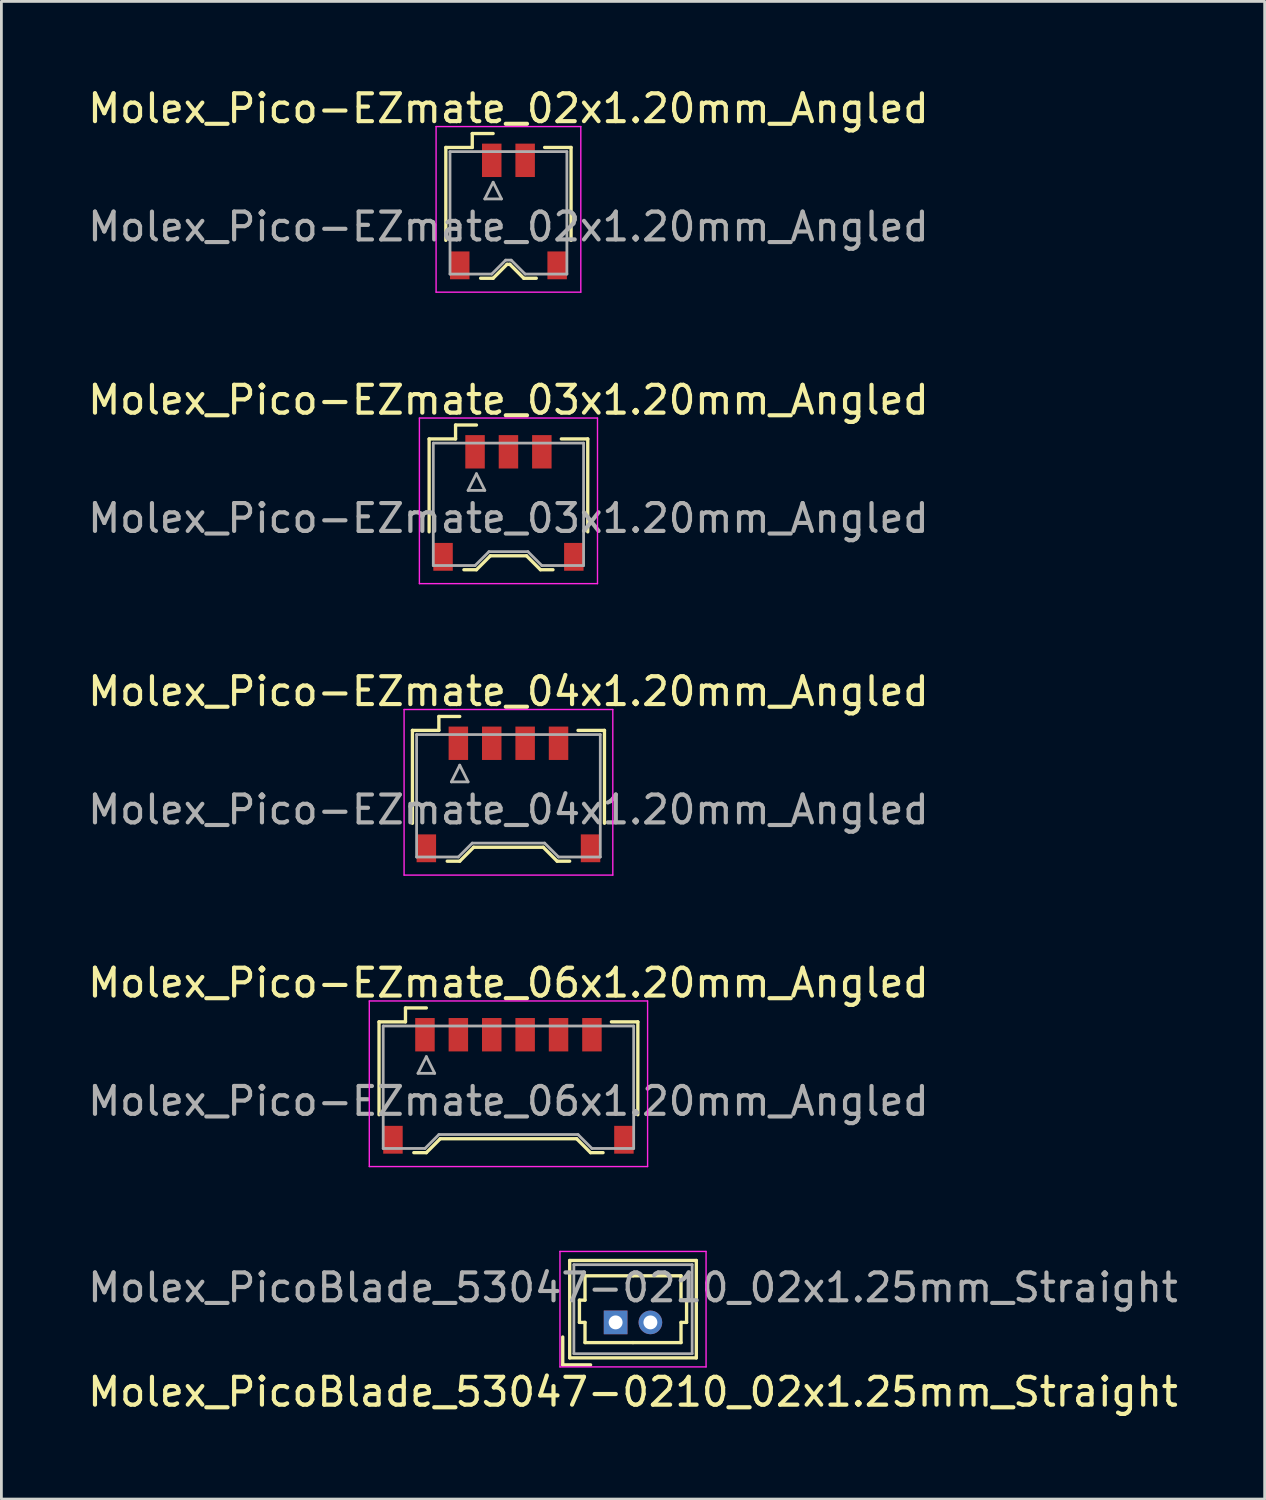
<source format=kicad_pcb>
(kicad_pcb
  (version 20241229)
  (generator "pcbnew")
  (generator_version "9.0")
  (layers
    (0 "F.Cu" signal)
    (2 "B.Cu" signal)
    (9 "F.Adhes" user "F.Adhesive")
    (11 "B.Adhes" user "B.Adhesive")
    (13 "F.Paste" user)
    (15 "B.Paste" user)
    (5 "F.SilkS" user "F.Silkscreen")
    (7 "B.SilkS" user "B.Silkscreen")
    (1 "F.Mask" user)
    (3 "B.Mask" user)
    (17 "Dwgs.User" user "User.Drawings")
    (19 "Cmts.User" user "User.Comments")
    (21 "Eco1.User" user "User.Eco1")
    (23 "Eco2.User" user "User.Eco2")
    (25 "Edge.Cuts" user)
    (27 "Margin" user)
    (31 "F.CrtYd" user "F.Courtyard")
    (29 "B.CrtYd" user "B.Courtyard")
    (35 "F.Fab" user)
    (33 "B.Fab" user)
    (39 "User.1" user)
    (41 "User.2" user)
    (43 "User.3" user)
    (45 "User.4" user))
  (footprint "Molex_Pico-EZmate_04x1.20mm_Angled"
    (layer "F.Cu")
    (at 15.22 25.545)
    (property "Reference" "Molex_Pico-EZmate_04x1.20mm_Angled" (at 0 -3.75 0) (layer "F.SilkS") (effects (font (size 1 1) (thickness 0.15))))
    (attr smd)
    (fp_line (start -3.45 -2.35) (end -3.45 0.988) (stroke (width 0.12) (type solid)) (layer "F.SilkS"))
    (fp_line (start -2.5 -2.85) (end -1.75 -2.85) (stroke (width 0.12) (type solid)) (layer "F.SilkS"))
    (fp_line (start -2.5 -2.35) (end -3.45 -2.35) (stroke (width 0.12) (type solid)) (layer "F.SilkS"))
    (fp_line (start -2.5 -2.35) (end -2.5 -2.85) (stroke (width 0.12) (type solid)) (layer "F.SilkS"))
    (fp_line (start -2.2 2.35) (end -1.75 2.35) (stroke (width 0.12) (type solid)) (layer "F.SilkS"))
    (fp_line (start -1.75 2.35) (end -1.25 1.85) (stroke (width 0.12) (type solid)) (layer "F.SilkS"))
    (fp_line (start -1.25 1.85) (end 1.25 1.85) (stroke (width 0.12) (type solid)) (layer "F.SilkS"))
    (fp_line (start 1.25 1.85) (end 1.75 2.35) (stroke (width 0.12) (type solid)) (layer "F.SilkS"))
    (fp_line (start 1.75 2.35) (end 2.2 2.35) (stroke (width 0.12) (type solid)) (layer "F.SilkS"))
    (fp_line (start 2.5 -2.35) (end 3.45 -2.35) (stroke (width 0.12) (type solid)) (layer "F.SilkS"))
    (fp_line (start 3.45 -2.35) (end 3.45 0.988) (stroke (width 0.12) (type solid)) (layer "F.SilkS"))
    (fp_line (start -3.75 -3.1) (end -3.75 2.85) (stroke (width 0.05) (type solid)) (layer "F.CrtYd"))
    (fp_line (start -3.75 2.85) (end 3.75 2.85) (stroke (width 0.05) (type solid)) (layer "F.CrtYd"))
    (fp_line (start 3.75 -3.1) (end -3.75 -3.1) (stroke (width 0.05) (type solid)) (layer "F.CrtYd"))
    (fp_line (start 3.75 2.85) (end 3.75 -3.1) (stroke (width 0.05) (type solid)) (layer "F.CrtYd"))
    (fp_line (start -3.3 -2.2) (end -3.3 2.2) (stroke (width 0.1) (type solid)) (layer "F.Fab"))
    (fp_line (start -3.3 2.2) (end -1.8 2.2) (stroke (width 0.1) (type solid)) (layer "F.Fab"))
    (fp_line (start -2.05 -0.5) (end -1.45 -0.5) (stroke (width 0.1) (type solid)) (layer "F.Fab"))
    (fp_line (start -1.8 2.2) (end -1.3 1.7) (stroke (width 0.1) (type solid)) (layer "F.Fab"))
    (fp_line (start -1.75 -1.1) (end -2.05 -0.5) (stroke (width 0.1) (type solid)) (layer "F.Fab"))
    (fp_line (start -1.45 -0.5) (end -1.75 -1.1) (stroke (width 0.1) (type solid)) (layer "F.Fab"))
    (fp_line (start -1.3 1.7) (end 1.3 1.7) (stroke (width 0.1) (type solid)) (layer "F.Fab"))
    (fp_line (start 1.3 1.7) (end 1.8 2.2) (stroke (width 0.1) (type solid)) (layer "F.Fab"))
    (fp_line (start 1.8 2.2) (end 3.3 2.2) (stroke (width 0.1) (type solid)) (layer "F.Fab"))
    (fp_line (start 3.3 -2.2) (end -3.3 -2.2) (stroke (width 0.1) (type solid)) (layer "F.Fab"))
    (fp_line (start 3.3 2.2) (end 3.3 -2.2) (stroke (width 0.1) (type solid)) (layer "F.Fab"))
    (fp_text user "${REFERENCE}" (at 0 0.5 0) (layer "F.Fab") (effects (font (size 1 1) (thickness 0.15))))
    (pad "" smd rect (at -2.95 1.887) (size 0.7 1) (layers "F.Cu" "F.Mask" "F.Paste"))
    (pad "" smd rect (at 2.95 1.887) (size 0.7 1) (layers "F.Cu" "F.Mask" "F.Paste"))
    (pad "1" smd rect (at -1.8 -1.887) (size 0.7 1.2) (layers "F.Cu" "F.Mask" "F.Paste"))
    (pad "2" smd rect (at -0.6 -1.887) (size 0.7 1.2) (layers "F.Cu" "F.Mask" "F.Paste"))
    (pad "3" smd rect (at 0.6 -1.887) (size 0.7 1.2) (layers "F.Cu" "F.Mask" "F.Paste"))
    (pad "4" smd rect (at 1.8 -1.887) (size 0.7 1.2) (layers "F.Cu" "F.Mask" "F.Paste")))
  (footprint "Molex_Pico-EZmate_03x1.20mm_Angled"
    (layer "F.Cu")
    (at 15.22 15.072)
    (property "Reference" "Molex_Pico-EZmate_03x1.20mm_Angled" (at 0 -3.75 0) (layer "F.SilkS") (effects (font (size 1 1) (thickness 0.15))))
    (attr smd)
    (fp_line (start -2.85 -2.35) (end -2.85 0.988) (stroke (width 0.12) (type solid)) (layer "F.SilkS"))
    (fp_line (start -1.9 -2.85) (end -1.15 -2.85) (stroke (width 0.12) (type solid)) (layer "F.SilkS"))
    (fp_line (start -1.9 -2.35) (end -2.85 -2.35) (stroke (width 0.12) (type solid)) (layer "F.SilkS"))
    (fp_line (start -1.9 -2.35) (end -1.9 -2.85) (stroke (width 0.12) (type solid)) (layer "F.SilkS"))
    (fp_line (start -1.6 2.35) (end -1.15 2.35) (stroke (width 0.12) (type solid)) (layer "F.SilkS"))
    (fp_line (start -1.15 2.35) (end -0.65 1.85) (stroke (width 0.12) (type solid)) (layer "F.SilkS"))
    (fp_line (start -0.65 1.85) (end 0.65 1.85) (stroke (width 0.12) (type solid)) (layer "F.SilkS"))
    (fp_line (start 0.65 1.85) (end 1.15 2.35) (stroke (width 0.12) (type solid)) (layer "F.SilkS"))
    (fp_line (start 1.15 2.35) (end 1.6 2.35) (stroke (width 0.12) (type solid)) (layer "F.SilkS"))
    (fp_line (start 1.9 -2.35) (end 2.85 -2.35) (stroke (width 0.12) (type solid)) (layer "F.SilkS"))
    (fp_line (start 2.85 -2.35) (end 2.85 0.988) (stroke (width 0.12) (type solid)) (layer "F.SilkS"))
    (fp_line (start -3.2 -3.1) (end -3.2 2.85) (stroke (width 0.05) (type solid)) (layer "F.CrtYd"))
    (fp_line (start -3.2 2.85) (end 3.2 2.85) (stroke (width 0.05) (type solid)) (layer "F.CrtYd"))
    (fp_line (start 3.2 -3.1) (end -3.2 -3.1) (stroke (width 0.05) (type solid)) (layer "F.CrtYd"))
    (fp_line (start 3.2 2.85) (end 3.2 -3.1) (stroke (width 0.05) (type solid)) (layer "F.CrtYd"))
    (fp_line (start -2.7 -2.2) (end -2.7 2.2) (stroke (width 0.1) (type solid)) (layer "F.Fab"))
    (fp_line (start -2.7 2.2) (end -1.2 2.2) (stroke (width 0.1) (type solid)) (layer "F.Fab"))
    (fp_line (start -1.45 -0.5) (end -0.85 -0.5) (stroke (width 0.1) (type solid)) (layer "F.Fab"))
    (fp_line (start -1.2 2.2) (end -0.7 1.7) (stroke (width 0.1) (type solid)) (layer "F.Fab"))
    (fp_line (start -1.15 -1.1) (end -1.45 -0.5) (stroke (width 0.1) (type solid)) (layer "F.Fab"))
    (fp_line (start -0.85 -0.5) (end -1.15 -1.1) (stroke (width 0.1) (type solid)) (layer "F.Fab"))
    (fp_line (start -0.7 1.7) (end 0.7 1.7) (stroke (width 0.1) (type solid)) (layer "F.Fab"))
    (fp_line (start 0.7 1.7) (end 1.2 2.2) (stroke (width 0.1) (type solid)) (layer "F.Fab"))
    (fp_line (start 1.2 2.2) (end 2.7 2.2) (stroke (width 0.1) (type solid)) (layer "F.Fab"))
    (fp_line (start 2.7 -2.2) (end -2.7 -2.2) (stroke (width 0.1) (type solid)) (layer "F.Fab"))
    (fp_line (start 2.7 2.2) (end 2.7 -2.2) (stroke (width 0.1) (type solid)) (layer "F.Fab"))
    (fp_text user "${REFERENCE}" (at 0 0.5 0) (layer "F.Fab") (effects (font (size 1 1) (thickness 0.15))))
    (pad "" smd rect (at -2.35 1.887) (size 0.7 1) (layers "F.Cu" "F.Mask" "F.Paste"))
    (pad "" smd rect (at 2.35 1.887) (size 0.7 1) (layers "F.Cu" "F.Mask" "F.Paste"))
    (pad "1" smd rect (at -1.2 -1.887) (size 0.7 1.2) (layers "F.Cu" "F.Mask" "F.Paste"))
    (pad "2" smd rect (at 0 -1.887) (size 0.7 1.2) (layers "F.Cu" "F.Mask" "F.Paste"))
    (pad "3" smd rect (at 1.2 -1.887) (size 0.7 1.2) (layers "F.Cu" "F.Mask" "F.Paste")))
  (footprint "Molex_Pico-EZmate_02x1.20mm_Angled"
    (layer "F.Cu")
    (at 15.22 4.598)
    (property "Reference" "Molex_Pico-EZmate_02x1.20mm_Angled" (at 0 -3.75 0) (layer "F.SilkS") (effects (font (size 1 1) (thickness 0.15))))
    (attr smd)
    (fp_line (start -2.25 -2.35) (end -2.25 0.988) (stroke (width 0.12) (type solid)) (layer "F.SilkS"))
    (fp_line (start -1.3 -2.85) (end -0.55 -2.85) (stroke (width 0.12) (type solid)) (layer "F.SilkS"))
    (fp_line (start -1.3 -2.35) (end -2.25 -2.35) (stroke (width 0.12) (type solid)) (layer "F.SilkS"))
    (fp_line (start -1.3 -2.35) (end -1.3 -2.85) (stroke (width 0.12) (type solid)) (layer "F.SilkS"))
    (fp_line (start -1 2.35) (end -0.55 2.35) (stroke (width 0.12) (type solid)) (layer "F.SilkS"))
    (fp_line (start -0.55 2.35) (end -0.05 1.85) (stroke (width 0.12) (type solid)) (layer "F.SilkS"))
    (fp_line (start -0.05 1.85) (end 0.05 1.85) (stroke (width 0.12) (type solid)) (layer "F.SilkS"))
    (fp_line (start 0.05 1.85) (end 0.55 2.35) (stroke (width 0.12) (type solid)) (layer "F.SilkS"))
    (fp_line (start 0.55 2.35) (end 1 2.35) (stroke (width 0.12) (type solid)) (layer "F.SilkS"))
    (fp_line (start 1.3 -2.35) (end 2.25 -2.35) (stroke (width 0.12) (type solid)) (layer "F.SilkS"))
    (fp_line (start 2.25 -2.35) (end 2.25 0.988) (stroke (width 0.12) (type solid)) (layer "F.SilkS"))
    (fp_line (start -2.6 -3.1) (end -2.6 2.85) (stroke (width 0.05) (type solid)) (layer "F.CrtYd"))
    (fp_line (start -2.6 2.85) (end 2.6 2.85) (stroke (width 0.05) (type solid)) (layer "F.CrtYd"))
    (fp_line (start 2.6 -3.1) (end -2.6 -3.1) (stroke (width 0.05) (type solid)) (layer "F.CrtYd"))
    (fp_line (start 2.6 2.85) (end 2.6 -3.1) (stroke (width 0.05) (type solid)) (layer "F.CrtYd"))
    (fp_line (start -2.1 -2.2) (end -2.1 2.2) (stroke (width 0.1) (type solid)) (layer "F.Fab"))
    (fp_line (start -2.1 2.2) (end -0.6 2.2) (stroke (width 0.1) (type solid)) (layer "F.Fab"))
    (fp_line (start -0.85 -0.5) (end -0.25 -0.5) (stroke (width 0.1) (type solid)) (layer "F.Fab"))
    (fp_line (start -0.6 2.2) (end -0.1 1.7) (stroke (width 0.1) (type solid)) (layer "F.Fab"))
    (fp_line (start -0.55 -1.1) (end -0.85 -0.5) (stroke (width 0.1) (type solid)) (layer "F.Fab"))
    (fp_line (start -0.25 -0.5) (end -0.55 -1.1) (stroke (width 0.1) (type solid)) (layer "F.Fab"))
    (fp_line (start -0.1 1.7) (end 0.1 1.7) (stroke (width 0.1) (type solid)) (layer "F.Fab"))
    (fp_line (start 0.1 1.7) (end 0.6 2.2) (stroke (width 0.1) (type solid)) (layer "F.Fab"))
    (fp_line (start 0.6 2.2) (end 2.1 2.2) (stroke (width 0.1) (type solid)) (layer "F.Fab"))
    (fp_line (start 2.1 -2.2) (end -2.1 -2.2) (stroke (width 0.1) (type solid)) (layer "F.Fab"))
    (fp_line (start 2.1 2.2) (end 2.1 -2.2) (stroke (width 0.1) (type solid)) (layer "F.Fab"))
    (fp_text user "${REFERENCE}" (at 0 0.5 0) (layer "F.Fab") (effects (font (size 1 1) (thickness 0.15))))
    (pad "" smd rect (at -1.75 1.887) (size 0.7 1) (layers "F.Cu" "F.Mask" "F.Paste"))
    (pad "" smd rect (at 1.75 1.887) (size 0.7 1) (layers "F.Cu" "F.Mask" "F.Paste"))
    (pad "1" smd rect (at -0.6 -1.887) (size 0.7 1.2) (layers "F.Cu" "F.Mask" "F.Paste"))
    (pad "2" smd rect (at 0.6 -1.887) (size 0.7 1.2) (layers "F.Cu" "F.Mask" "F.Paste")))
  (footprint "Molex_PicoBlade_53047-0210_02x1.25mm_Straight"
    (layer "F.Cu")
    (at 19.071 44.468)
    (property "Reference" "Molex_PicoBlade_53047-0210_02x1.25mm_Straight" (at 0.625 2.5 0) (layer "F.SilkS") (effects (font (size 1 1) (thickness 0.15))))
    (attr through_hole)
    (fp_line (start -1.9 1.525) (end -1.9 0.525) (stroke (width 0.12) (type solid)) (layer "F.SilkS"))
    (fp_line (start -1.9 1.525) (end -0.9 1.525) (stroke (width 0.12) (type solid)) (layer "F.SilkS"))
    (fp_line (start -1.65 -2.225) (end -1.65 1.275) (stroke (width 0.12) (type solid)) (layer "F.SilkS"))
    (fp_line (start -1.65 1.275) (end 2.9 1.275) (stroke (width 0.12) (type solid)) (layer "F.SilkS"))
    (fp_line (start -1.3 -0.8) (end -1.1 -0.8) (stroke (width 0.12) (type solid)) (layer "F.SilkS"))
    (fp_line (start -1.3 0) (end -1.3 -0.8) (stroke (width 0.12) (type solid)) (layer "F.SilkS"))
    (fp_line (start -1.1 -1.675) (end 0.625 -1.675) (stroke (width 0.12) (type solid)) (layer "F.SilkS"))
    (fp_line (start -1.1 -0.8) (end -1.1 -1.675) (stroke (width 0.12) (type solid)) (layer "F.SilkS"))
    (fp_line (start -1.1 0) (end -1.3 0) (stroke (width 0.12) (type solid)) (layer "F.SilkS"))
    (fp_line (start -1.1 0.725) (end -1.1 0) (stroke (width 0.12) (type solid)) (layer "F.SilkS"))
    (fp_line (start 0.625 0.725) (end -1.1 0.725) (stroke (width 0.12) (type solid)) (layer "F.SilkS"))
    (fp_line (start 0.625 0.725) (end 2.35 0.725) (stroke (width 0.12) (type solid)) (layer "F.SilkS"))
    (fp_line (start 2.35 -1.675) (end 0.625 -1.675) (stroke (width 0.12) (type solid)) (layer "F.SilkS"))
    (fp_line (start 2.35 -0.8) (end 2.35 -1.675) (stroke (width 0.12) (type solid)) (layer "F.SilkS"))
    (fp_line (start 2.35 0) (end 2.55 0) (stroke (width 0.12) (type solid)) (layer "F.SilkS"))
    (fp_line (start 2.35 0.725) (end 2.35 0) (stroke (width 0.12) (type solid)) (layer "F.SilkS"))
    (fp_line (start 2.55 -0.8) (end 2.35 -0.8) (stroke (width 0.12) (type solid)) (layer "F.SilkS"))
    (fp_line (start 2.55 0) (end 2.55 -0.8) (stroke (width 0.12) (type solid)) (layer "F.SilkS"))
    (fp_line (start 2.9 -2.225) (end -1.65 -2.225) (stroke (width 0.12) (type solid)) (layer "F.SilkS"))
    (fp_line (start 2.9 1.275) (end 2.9 -2.225) (stroke (width 0.12) (type solid)) (layer "F.SilkS"))
    (fp_line (start -2 -2.55) (end -2 1.6) (stroke (width 0.05) (type solid)) (layer "F.CrtYd"))
    (fp_line (start -2 1.6) (end 3.25 1.6) (stroke (width 0.05) (type solid)) (layer "F.CrtYd"))
    (fp_line (start 3.25 -2.55) (end -2 -2.55) (stroke (width 0.05) (type solid)) (layer "F.CrtYd"))
    (fp_line (start 3.25 1.6) (end 3.25 -2.55) (stroke (width 0.05) (type solid)) (layer "F.CrtYd"))
    (fp_line (start -1.5 -2.075) (end -1.5 1.125) (stroke (width 0.1) (type solid)) (layer "F.Fab"))
    (fp_line (start -1.5 1.125) (end 2.75 1.125) (stroke (width 0.1) (type solid)) (layer "F.Fab"))
    (fp_line (start 2.75 -2.075) (end -1.5 -2.075) (stroke (width 0.1) (type solid)) (layer "F.Fab"))
    (fp_line (start 2.75 1.125) (end 2.75 -2.075) (stroke (width 0.1) (type solid)) (layer "F.Fab"))
    (fp_text user "${REFERENCE}" (at 0.625 -1.25 0) (layer "F.Fab") (effects (font (size 1 1) (thickness 0.15))))
    (pad "1" thru_hole rect (at 0 0) (size 0.85 0.85) (drill 0.5) (layers "*.Cu" "*.Mask"))
    (pad "2" thru_hole circle (at 1.25 0) (size 0.85 0.85) (drill 0.5) (layers "*.Cu" "*.Mask")))
  (footprint "Molex_Pico-EZmate_06x1.20mm_Angled"
    (layer "F.Cu")
    (at 15.22 36.018)
    (property "Reference" "Molex_Pico-EZmate_06x1.20mm_Angled" (at 0 -3.75 0) (layer "F.SilkS") (effects (font (size 1 1) (thickness 0.15))))
    (attr smd)
    (fp_line (start -4.65 -2.35) (end -4.65 0.988) (stroke (width 0.12) (type solid)) (layer "F.SilkS"))
    (fp_line (start -3.7 -2.85) (end -2.95 -2.85) (stroke (width 0.12) (type solid)) (layer "F.SilkS"))
    (fp_line (start -3.7 -2.35) (end -4.65 -2.35) (stroke (width 0.12) (type solid)) (layer "F.SilkS"))
    (fp_line (start -3.7 -2.35) (end -3.7 -2.85) (stroke (width 0.12) (type solid)) (layer "F.SilkS"))
    (fp_line (start -3.4 2.35) (end -2.95 2.35) (stroke (width 0.12) (type solid)) (layer "F.SilkS"))
    (fp_line (start -2.95 2.35) (end -2.45 1.85) (stroke (width 0.12) (type solid)) (layer "F.SilkS"))
    (fp_line (start -2.45 1.85) (end 2.45 1.85) (stroke (width 0.12) (type solid)) (layer "F.SilkS"))
    (fp_line (start 2.45 1.85) (end 2.95 2.35) (stroke (width 0.12) (type solid)) (layer "F.SilkS"))
    (fp_line (start 2.95 2.35) (end 3.4 2.35) (stroke (width 0.12) (type solid)) (layer "F.SilkS"))
    (fp_line (start 3.7 -2.35) (end 4.65 -2.35) (stroke (width 0.12) (type solid)) (layer "F.SilkS"))
    (fp_line (start 4.65 -2.35) (end 4.65 0.988) (stroke (width 0.12) (type solid)) (layer "F.SilkS"))
    (fp_line (start -5 -3.1) (end -5 2.85) (stroke (width 0.05) (type solid)) (layer "F.CrtYd"))
    (fp_line (start -5 2.85) (end 5 2.85) (stroke (width 0.05) (type solid)) (layer "F.CrtYd"))
    (fp_line (start 5 -3.1) (end -5 -3.1) (stroke (width 0.05) (type solid)) (layer "F.CrtYd"))
    (fp_line (start 5 2.85) (end 5 -3.1) (stroke (width 0.05) (type solid)) (layer "F.CrtYd"))
    (fp_line (start -4.5 -2.2) (end -4.5 2.2) (stroke (width 0.1) (type solid)) (layer "F.Fab"))
    (fp_line (start -4.5 2.2) (end -3 2.2) (stroke (width 0.1) (type solid)) (layer "F.Fab"))
    (fp_line (start -3.25 -0.5) (end -2.65 -0.5) (stroke (width 0.1) (type solid)) (layer "F.Fab"))
    (fp_line (start -3 2.2) (end -2.5 1.7) (stroke (width 0.1) (type solid)) (layer "F.Fab"))
    (fp_line (start -2.95 -1.1) (end -3.25 -0.5) (stroke (width 0.1) (type solid)) (layer "F.Fab"))
    (fp_line (start -2.65 -0.5) (end -2.95 -1.1) (stroke (width 0.1) (type solid)) (layer "F.Fab"))
    (fp_line (start -2.5 1.7) (end 2.5 1.7) (stroke (width 0.1) (type solid)) (layer "F.Fab"))
    (fp_line (start 2.5 1.7) (end 3 2.2) (stroke (width 0.1) (type solid)) (layer "F.Fab"))
    (fp_line (start 3 2.2) (end 4.5 2.2) (stroke (width 0.1) (type solid)) (layer "F.Fab"))
    (fp_line (start 4.5 -2.2) (end -4.5 -2.2) (stroke (width 0.1) (type solid)) (layer "F.Fab"))
    (fp_line (start 4.5 2.2) (end 4.5 -2.2) (stroke (width 0.1) (type solid)) (layer "F.Fab"))
    (fp_text user "${REFERENCE}" (at 0 0.5 0) (layer "F.Fab") (effects (font (size 1 1) (thickness 0.15))))
    (pad "" smd rect (at -4.15 1.887) (size 0.7 1) (layers "F.Cu" "F.Mask" "F.Paste"))
    (pad "" smd rect (at 4.15 1.887) (size 0.7 1) (layers "F.Cu" "F.Mask" "F.Paste"))
    (pad "1" smd rect (at -3 -1.887) (size 0.7 1.2) (layers "F.Cu" "F.Mask" "F.Paste"))
    (pad "2" smd rect (at -1.8 -1.887) (size 0.7 1.2) (layers "F.Cu" "F.Mask" "F.Paste"))
    (pad "3" smd rect (at -0.6 -1.887) (size 0.7 1.2) (layers "F.Cu" "F.Mask" "F.Paste"))
    (pad "4" smd rect (at 0.6 -1.887) (size 0.7 1.2) (layers "F.Cu" "F.Mask" "F.Paste"))
    (pad "5" smd rect (at 1.8 -1.887) (size 0.7 1.2) (layers "F.Cu" "F.Mask" "F.Paste"))
    (pad "6" smd rect (at 3 -1.887) (size 0.7 1.2) (layers "F.Cu" "F.Mask" "F.Paste")))
  (gr_rect
    (start -3 -3)
    (end 42.393 50.816)
    (stroke (width 0.1) (type default))
    (fill no)
    (layer "Edge.Cuts")))
</source>
